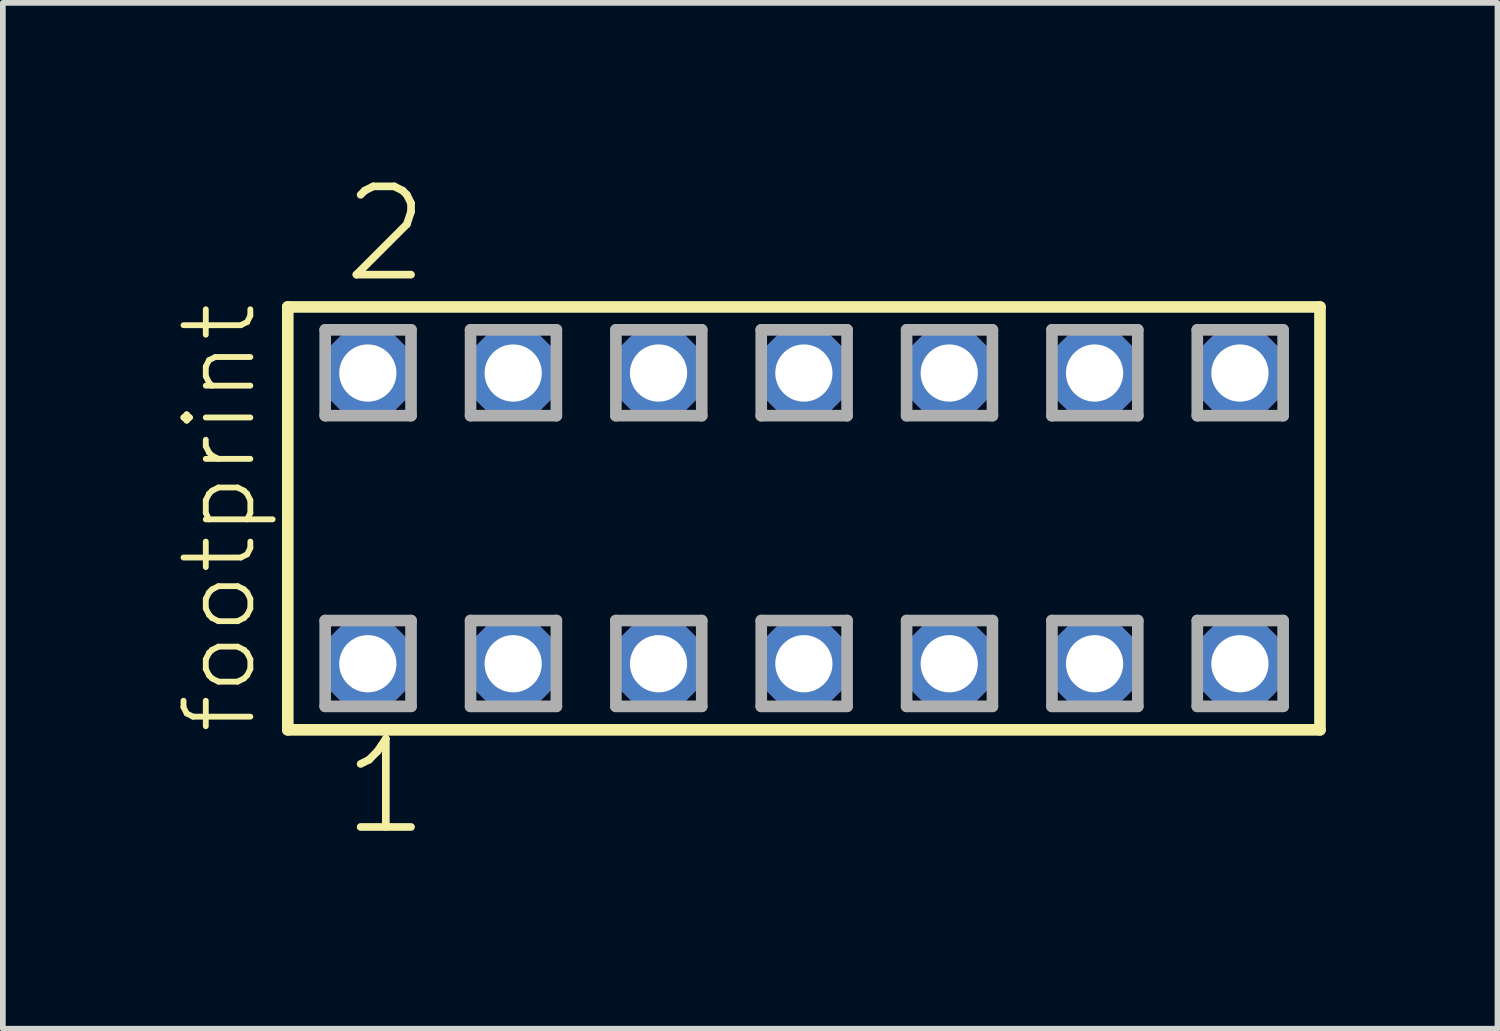
<source format=kicad_pcb>
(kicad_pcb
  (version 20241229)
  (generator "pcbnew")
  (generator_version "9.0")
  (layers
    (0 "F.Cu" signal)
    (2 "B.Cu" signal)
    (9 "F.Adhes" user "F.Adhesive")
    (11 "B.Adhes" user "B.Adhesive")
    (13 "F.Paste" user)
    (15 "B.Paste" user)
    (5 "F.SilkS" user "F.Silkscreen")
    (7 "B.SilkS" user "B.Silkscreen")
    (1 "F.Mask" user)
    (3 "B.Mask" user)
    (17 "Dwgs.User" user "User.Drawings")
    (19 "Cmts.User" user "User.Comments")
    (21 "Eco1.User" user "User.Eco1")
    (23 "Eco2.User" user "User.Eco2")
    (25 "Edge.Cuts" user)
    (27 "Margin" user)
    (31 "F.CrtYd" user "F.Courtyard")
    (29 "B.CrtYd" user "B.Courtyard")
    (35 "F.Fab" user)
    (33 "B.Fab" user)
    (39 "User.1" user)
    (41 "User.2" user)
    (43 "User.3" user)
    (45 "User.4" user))
  (footprint "footprint"
    (layer "F.Cu")
    (at 10.998 6.009)
    (property "Reference" "footprint" (at -9.525 3.81 90) (layer "F.SilkS") (effects (font (size 1.168 1.168) (thickness 0.102)) (justify left bottom)))
    (fp_line (start -9.019 -3.695) (end 9.019 -3.695) (stroke (width 0.203) (type solid)) (layer "F.SilkS"))
    (fp_line (start -9.019 3.695) (end -9.019 -3.695) (stroke (width 0.203) (type solid)) (layer "F.SilkS"))
    (fp_line (start 9.019 -3.695) (end 9.019 3.695) (stroke (width 0.203) (type solid)) (layer "F.SilkS"))
    (fp_line (start 9.019 3.695) (end -9.019 3.695) (stroke (width 0.203) (type solid)) (layer "F.SilkS"))
    (fp_line (start -8.365 -3.295) (end -6.865 -3.295) (stroke (width 0.203) (type solid)) (layer "F.Fab"))
    (fp_line (start -8.365 -1.795) (end -8.365 -3.295) (stroke (width 0.203) (type solid)) (layer "F.Fab"))
    (fp_line (start -8.365 1.785) (end -6.865 1.785) (stroke (width 0.203) (type solid)) (layer "F.Fab"))
    (fp_line (start -8.365 3.285) (end -8.365 1.785) (stroke (width 0.203) (type solid)) (layer "F.Fab"))
    (fp_line (start -6.865 -3.295) (end -6.865 -1.795) (stroke (width 0.203) (type solid)) (layer "F.Fab"))
    (fp_line (start -6.865 -1.795) (end -8.365 -1.795) (stroke (width 0.203) (type solid)) (layer "F.Fab"))
    (fp_line (start -6.865 1.785) (end -6.865 3.285) (stroke (width 0.203) (type solid)) (layer "F.Fab"))
    (fp_line (start -6.865 3.285) (end -8.365 3.285) (stroke (width 0.203) (type solid)) (layer "F.Fab"))
    (fp_line (start -5.825 -3.295) (end -4.325 -3.295) (stroke (width 0.203) (type solid)) (layer "F.Fab"))
    (fp_line (start -5.825 -1.795) (end -5.825 -3.295) (stroke (width 0.203) (type solid)) (layer "F.Fab"))
    (fp_line (start -5.825 1.785) (end -4.325 1.785) (stroke (width 0.203) (type solid)) (layer "F.Fab"))
    (fp_line (start -5.825 3.285) (end -5.825 1.785) (stroke (width 0.203) (type solid)) (layer "F.Fab"))
    (fp_line (start -4.325 -3.295) (end -4.325 -1.795) (stroke (width 0.203) (type solid)) (layer "F.Fab"))
    (fp_line (start -4.325 -1.795) (end -5.825 -1.795) (stroke (width 0.203) (type solid)) (layer "F.Fab"))
    (fp_line (start -4.325 1.785) (end -4.325 3.285) (stroke (width 0.203) (type solid)) (layer "F.Fab"))
    (fp_line (start -4.325 3.285) (end -5.825 3.285) (stroke (width 0.203) (type solid)) (layer "F.Fab"))
    (fp_line (start -3.285 -3.295) (end -1.785 -3.295) (stroke (width 0.203) (type solid)) (layer "F.Fab"))
    (fp_line (start -3.285 -1.795) (end -3.285 -3.295) (stroke (width 0.203) (type solid)) (layer "F.Fab"))
    (fp_line (start -3.285 1.785) (end -1.785 1.785) (stroke (width 0.203) (type solid)) (layer "F.Fab"))
    (fp_line (start -3.285 3.285) (end -3.285 1.785) (stroke (width 0.203) (type solid)) (layer "F.Fab"))
    (fp_line (start -1.785 -3.295) (end -1.785 -1.795) (stroke (width 0.203) (type solid)) (layer "F.Fab"))
    (fp_line (start -1.785 -1.795) (end -3.285 -1.795) (stroke (width 0.203) (type solid)) (layer "F.Fab"))
    (fp_line (start -1.785 1.785) (end -1.785 3.285) (stroke (width 0.203) (type solid)) (layer "F.Fab"))
    (fp_line (start -1.785 3.285) (end -3.285 3.285) (stroke (width 0.203) (type solid)) (layer "F.Fab"))
    (fp_line (start -0.745 -3.295) (end 0.755 -3.295) (stroke (width 0.203) (type solid)) (layer "F.Fab"))
    (fp_line (start -0.745 -1.795) (end -0.745 -3.295) (stroke (width 0.203) (type solid)) (layer "F.Fab"))
    (fp_line (start -0.745 1.785) (end 0.755 1.785) (stroke (width 0.203) (type solid)) (layer "F.Fab"))
    (fp_line (start -0.745 3.285) (end -0.745 1.785) (stroke (width 0.203) (type solid)) (layer "F.Fab"))
    (fp_line (start 0.755 -3.295) (end 0.755 -1.795) (stroke (width 0.203) (type solid)) (layer "F.Fab"))
    (fp_line (start 0.755 -1.795) (end -0.745 -1.795) (stroke (width 0.203) (type solid)) (layer "F.Fab"))
    (fp_line (start 0.755 1.785) (end 0.755 3.285) (stroke (width 0.203) (type solid)) (layer "F.Fab"))
    (fp_line (start 0.755 3.285) (end -0.745 3.285) (stroke (width 0.203) (type solid)) (layer "F.Fab"))
    (fp_line (start 1.795 -3.295) (end 3.295 -3.295) (stroke (width 0.203) (type solid)) (layer "F.Fab"))
    (fp_line (start 1.795 -1.795) (end 1.795 -3.295) (stroke (width 0.203) (type solid)) (layer "F.Fab"))
    (fp_line (start 1.795 1.785) (end 3.295 1.785) (stroke (width 0.203) (type solid)) (layer "F.Fab"))
    (fp_line (start 1.795 3.285) (end 1.795 1.785) (stroke (width 0.203) (type solid)) (layer "F.Fab"))
    (fp_line (start 3.295 -3.295) (end 3.295 -1.795) (stroke (width 0.203) (type solid)) (layer "F.Fab"))
    (fp_line (start 3.295 -1.795) (end 1.795 -1.795) (stroke (width 0.203) (type solid)) (layer "F.Fab"))
    (fp_line (start 3.295 1.785) (end 3.295 3.285) (stroke (width 0.203) (type solid)) (layer "F.Fab"))
    (fp_line (start 3.295 3.285) (end 1.795 3.285) (stroke (width 0.203) (type solid)) (layer "F.Fab"))
    (fp_line (start 4.335 -3.295) (end 5.835 -3.295) (stroke (width 0.203) (type solid)) (layer "F.Fab"))
    (fp_line (start 4.335 -1.795) (end 4.335 -3.295) (stroke (width 0.203) (type solid)) (layer "F.Fab"))
    (fp_line (start 4.335 1.785) (end 5.835 1.785) (stroke (width 0.203) (type solid)) (layer "F.Fab"))
    (fp_line (start 4.335 3.285) (end 4.335 1.785) (stroke (width 0.203) (type solid)) (layer "F.Fab"))
    (fp_line (start 5.835 -3.295) (end 5.835 -1.795) (stroke (width 0.203) (type solid)) (layer "F.Fab"))
    (fp_line (start 5.835 -1.795) (end 4.335 -1.795) (stroke (width 0.203) (type solid)) (layer "F.Fab"))
    (fp_line (start 5.835 1.785) (end 5.835 3.285) (stroke (width 0.203) (type solid)) (layer "F.Fab"))
    (fp_line (start 5.835 3.285) (end 4.335 3.285) (stroke (width 0.203) (type solid)) (layer "F.Fab"))
    (fp_line (start 6.875 -3.295) (end 8.375 -3.295) (stroke (width 0.203) (type solid)) (layer "F.Fab"))
    (fp_line (start 6.875 -1.795) (end 6.875 -3.295) (stroke (width 0.203) (type solid)) (layer "F.Fab"))
    (fp_line (start 6.875 1.785) (end 8.375 1.785) (stroke (width 0.203) (type solid)) (layer "F.Fab"))
    (fp_line (start 6.875 3.285) (end 6.875 1.785) (stroke (width 0.203) (type solid)) (layer "F.Fab"))
    (fp_line (start 8.375 -3.295) (end 8.375 -1.795) (stroke (width 0.203) (type solid)) (layer "F.Fab"))
    (fp_line (start 8.375 -1.795) (end 6.875 -1.795) (stroke (width 0.203) (type solid)) (layer "F.Fab"))
    (fp_line (start 8.375 1.785) (end 8.375 3.285) (stroke (width 0.203) (type solid)) (layer "F.Fab"))
    (fp_line (start 8.375 3.285) (end 6.875 3.285) (stroke (width 0.203) (type solid)) (layer "F.Fab"))
    (fp_text user "1" (at -8.128 5.588 0) (layer "F.SilkS") (effects (font (size 1.542 1.542) (thickness 0.134)) (justify left bottom)))
    (fp_text user "2" (at -8.128 -4.064 0) (layer "F.SilkS") (effects (font (size 1.542 1.542) (thickness 0.134)) (justify left bottom)))
    (pad "1" thru_hole roundrect (at -7.62 2.54) (size 1.5 1.5) (drill 1) (layers "*.Cu" "*.Mask") (roundrect_rratio 0.25) (chamfer_ratio 0.25) (chamfer top_left top_right bottom_left bottom_right))
    (pad "2" thru_hole roundrect (at -7.62 -2.54) (size 1.5 1.5) (drill 1) (layers "*.Cu" "*.Mask") (roundrect_rratio 0.25) (chamfer_ratio 0.25) (chamfer top_left top_right bottom_left bottom_right))
    (pad "3" thru_hole roundrect (at -5.08 2.54) (size 1.5 1.5) (drill 1) (layers "*.Cu" "*.Mask") (roundrect_rratio 0.25) (chamfer_ratio 0.25) (chamfer top_left top_right bottom_left bottom_right))
    (pad "4" thru_hole roundrect (at -5.08 -2.54) (size 1.5 1.5) (drill 1) (layers "*.Cu" "*.Mask") (roundrect_rratio 0.25) (chamfer_ratio 0.25) (chamfer top_left top_right bottom_left bottom_right))
    (pad "5" thru_hole roundrect (at -2.54 2.54) (size 1.5 1.5) (drill 1) (layers "*.Cu" "*.Mask") (roundrect_rratio 0.25) (chamfer_ratio 0.25) (chamfer top_left top_right bottom_left bottom_right))
    (pad "6" thru_hole roundrect (at -2.54 -2.54) (size 1.5 1.5) (drill 1) (layers "*.Cu" "*.Mask") (roundrect_rratio 0.25) (chamfer_ratio 0.25) (chamfer top_left top_right bottom_left bottom_right))
    (pad "7" thru_hole roundrect (at 0 2.54) (size 1.5 1.5) (drill 1) (layers "*.Cu" "*.Mask") (roundrect_rratio 0.25) (chamfer_ratio 0.25) (chamfer top_left top_right bottom_left bottom_right))
    (pad "8" thru_hole roundrect (at 0 -2.54) (size 1.5 1.5) (drill 1) (layers "*.Cu" "*.Mask") (roundrect_rratio 0.25) (chamfer_ratio 0.25) (chamfer top_left top_right bottom_left bottom_right))
    (pad "9" thru_hole roundrect (at 2.54 2.54) (size 1.5 1.5) (drill 1) (layers "*.Cu" "*.Mask") (roundrect_rratio 0.25) (chamfer_ratio 0.25) (chamfer top_left top_right bottom_left bottom_right))
    (pad "10" thru_hole roundrect (at 2.54 -2.54) (size 1.5 1.5) (drill 1) (layers "*.Cu" "*.Mask") (roundrect_rratio 0.25) (chamfer_ratio 0.25) (chamfer top_left top_right bottom_left bottom_right))
    (pad "11" thru_hole roundrect (at 5.08 2.54) (size 1.5 1.5) (drill 1) (layers "*.Cu" "*.Mask") (roundrect_rratio 0.25) (chamfer_ratio 0.25) (chamfer top_left top_right bottom_left bottom_right))
    (pad "12" thru_hole roundrect (at 5.08 -2.54) (size 1.5 1.5) (drill 1) (layers "*.Cu" "*.Mask") (roundrect_rratio 0.25) (chamfer_ratio 0.25) (chamfer top_left top_right bottom_left bottom_right))
    (pad "13" thru_hole roundrect (at 7.62 2.54) (size 1.5 1.5) (drill 1) (layers "*.Cu" "*.Mask") (roundrect_rratio 0.25) (chamfer_ratio 0.25) (chamfer top_left top_right bottom_left bottom_right))
    (pad "14" thru_hole roundrect (at 7.62 -2.54) (size 1.5 1.5) (drill 1) (layers "*.Cu" "*.Mask") (roundrect_rratio 0.25) (chamfer_ratio 0.25) (chamfer top_left top_right bottom_left bottom_right)))
  (gr_rect
    (start -3 -3)
    (end 23.119 14.927)
    (stroke (width 0.1) (type default))
    (fill no)
    (layer "Edge.Cuts")))
</source>
